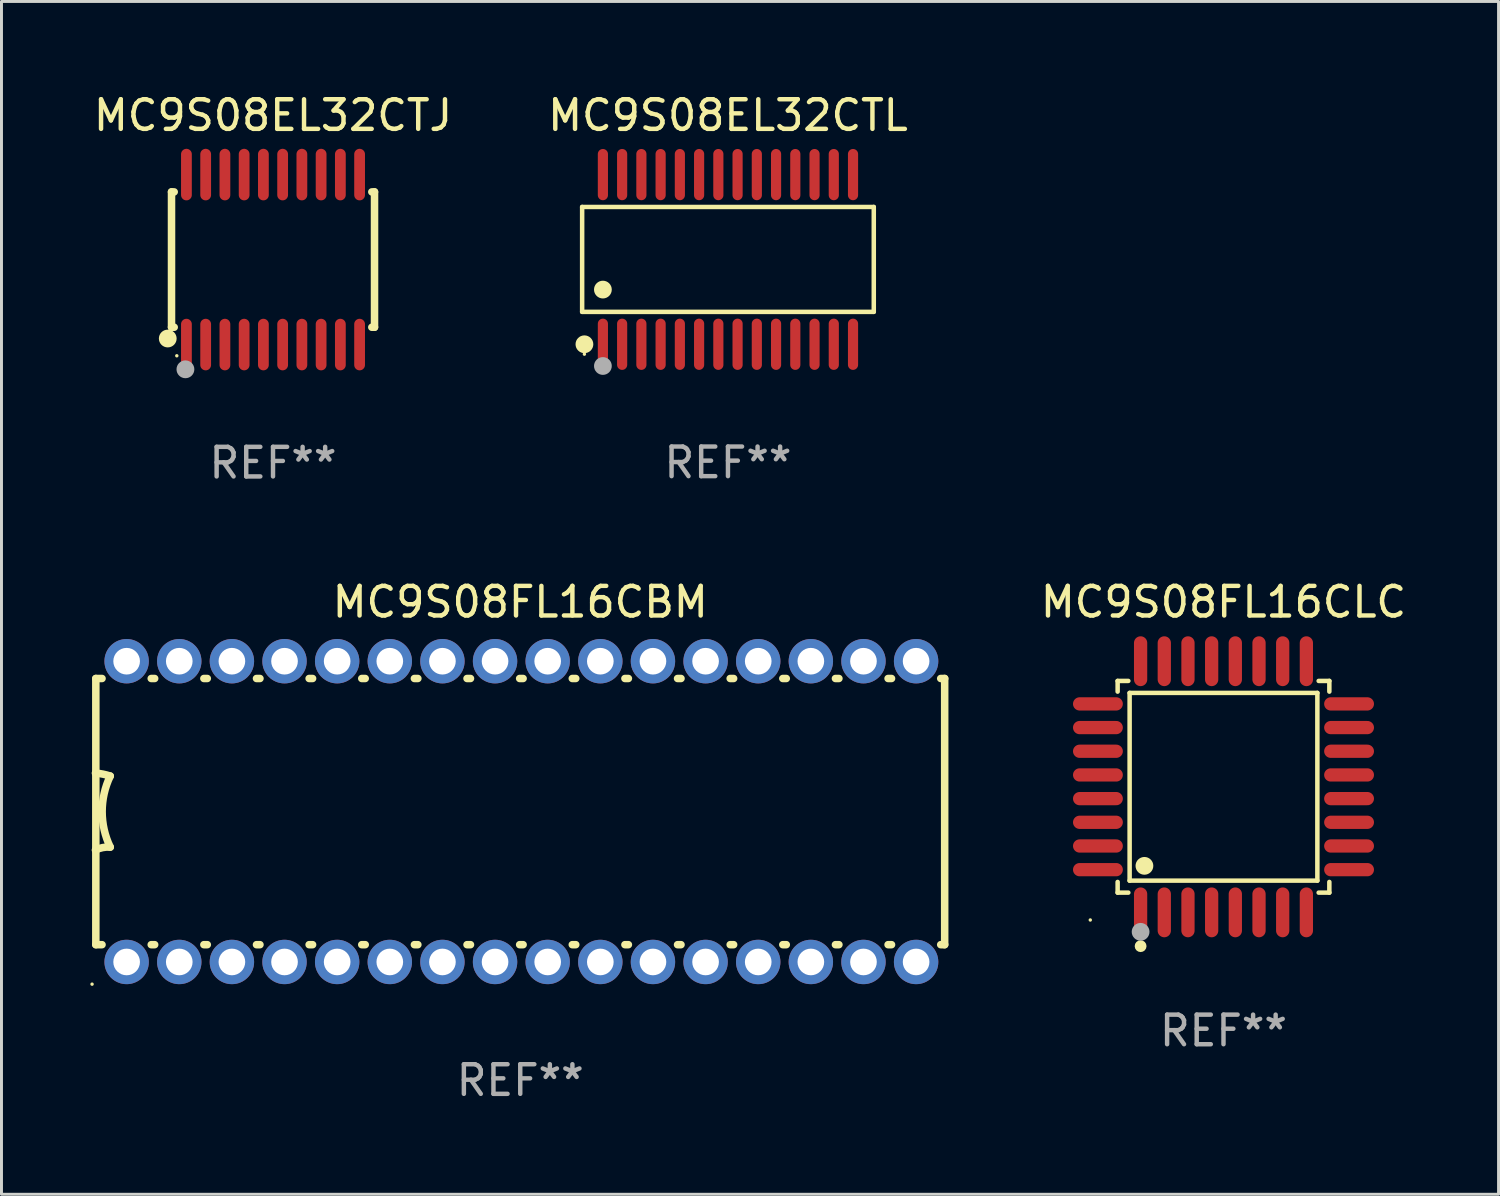
<source format=kicad_pcb>
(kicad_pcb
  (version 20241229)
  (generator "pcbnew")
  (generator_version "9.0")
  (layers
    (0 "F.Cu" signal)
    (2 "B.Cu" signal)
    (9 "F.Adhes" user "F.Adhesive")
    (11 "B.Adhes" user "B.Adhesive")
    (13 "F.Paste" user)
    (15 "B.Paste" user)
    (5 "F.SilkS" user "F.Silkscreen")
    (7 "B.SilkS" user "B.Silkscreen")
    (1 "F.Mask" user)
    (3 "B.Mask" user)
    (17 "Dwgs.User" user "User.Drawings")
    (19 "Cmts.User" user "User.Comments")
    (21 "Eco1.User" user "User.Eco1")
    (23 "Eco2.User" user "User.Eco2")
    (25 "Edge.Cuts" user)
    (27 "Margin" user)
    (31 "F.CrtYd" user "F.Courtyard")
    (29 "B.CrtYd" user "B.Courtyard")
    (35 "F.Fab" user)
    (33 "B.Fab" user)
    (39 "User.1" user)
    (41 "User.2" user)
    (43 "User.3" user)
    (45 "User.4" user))
  (footprint "MC9S08EL32CTJ"
    (layer "F.Cu")
    (at 6.173 5.719)
    (property "Reference" "MC9S08EL32CTJ" (at 0 -4.871 0) (layer "F.SilkS") (effects (font (size 1 1) (thickness 0.15))))
    (attr through_hole)
    (fp_line (start -3.429 -2.286) (end -3.429 2.286) (stroke (width 0.254) (type solid)) (layer "F.SilkS"))
    (fp_line (start -3.429 2.286) (end -3.338 2.286) (stroke (width 0.254) (type solid)) (layer "F.SilkS"))
    (fp_line (start -3.338 -2.286) (end -3.429 -2.286) (stroke (width 0.254) (type solid)) (layer "F.SilkS"))
    (fp_line (start 3.338 -2.286) (end 3.429 -2.286) (stroke (width 0.254) (type solid)) (layer "F.SilkS"))
    (fp_line (start 3.429 -2.286) (end 3.429 2.286) (stroke (width 0.254) (type solid)) (layer "F.SilkS"))
    (fp_line (start 3.429 2.286) (end 3.338 2.286) (stroke (width 0.254) (type solid)) (layer "F.SilkS"))
    (fp_circle (center -3.556 2.667) (end -3.406 2.667) (stroke (width 0.3) (type solid)) (fill no) (layer "F.SilkS"))
    (fp_circle (center -3.25 3.25) (end -3.22 3.25) (stroke (width 0.06) (type solid)) (fill no) (layer "F.SilkS"))
    (fp_circle (center -2.959 3.707) (end -2.808 3.707) (stroke (width 0.3) (type solid)) (fill no) (layer "F.Fab"))
    (fp_text user "REF**" (at 0 6.871 0) (layer "F.Fab") (effects (font (size 1 1) (thickness 0.15))))
    (pad "1" smd oval (at -2.925 2.871) (size 0.364 1.742) (layers "F.Cu" "F.Mask" "F.Paste"))
    (pad "2" smd oval (at -2.275 2.871) (size 0.364 1.742) (layers "F.Cu" "F.Mask" "F.Paste"))
    (pad "3" smd oval (at -1.625 2.871) (size 0.364 1.742) (layers "F.Cu" "F.Mask" "F.Paste"))
    (pad "4" smd oval (at -0.975 2.871) (size 0.364 1.742) (layers "F.Cu" "F.Mask" "F.Paste"))
    (pad "5" smd oval (at -0.325 2.871) (size 0.364 1.742) (layers "F.Cu" "F.Mask" "F.Paste"))
    (pad "6" smd oval (at 0.325 2.871) (size 0.364 1.742) (layers "F.Cu" "F.Mask" "F.Paste"))
    (pad "7" smd oval (at 0.975 2.871) (size 0.364 1.742) (layers "F.Cu" "F.Mask" "F.Paste"))
    (pad "8" smd oval (at 1.625 2.871) (size 0.364 1.742) (layers "F.Cu" "F.Mask" "F.Paste"))
    (pad "9" smd oval (at 2.275 2.871) (size 0.364 1.742) (layers "F.Cu" "F.Mask" "F.Paste"))
    (pad "10" smd oval (at 2.925 2.871) (size 0.364 1.742) (layers "F.Cu" "F.Mask" "F.Paste"))
    (pad "11" smd oval (at 2.925 -2.871) (size 0.364 1.742) (layers "F.Cu" "F.Mask" "F.Paste"))
    (pad "12" smd oval (at 2.275 -2.871) (size 0.364 1.742) (layers "F.Cu" "F.Mask" "F.Paste"))
    (pad "13" smd oval (at 1.625 -2.871) (size 0.364 1.742) (layers "F.Cu" "F.Mask" "F.Paste"))
    (pad "14" smd oval (at 0.975 -2.871) (size 0.364 1.742) (layers "F.Cu" "F.Mask" "F.Paste"))
    (pad "15" smd oval (at 0.325 -2.871) (size 0.364 1.742) (layers "F.Cu" "F.Mask" "F.Paste"))
    (pad "16" smd oval (at -0.325 -2.871) (size 0.364 1.742) (layers "F.Cu" "F.Mask" "F.Paste"))
    (pad "17" smd oval (at -0.975 -2.871) (size 0.364 1.742) (layers "F.Cu" "F.Mask" "F.Paste"))
    (pad "18" smd oval (at -1.625 -2.871) (size 0.364 1.742) (layers "F.Cu" "F.Mask" "F.Paste"))
    (pad "19" smd oval (at -2.275 -2.871) (size 0.364 1.742) (layers "F.Cu" "F.Mask" "F.Paste"))
    (pad "20" smd oval (at -2.925 -2.871) (size 0.364 1.742) (layers "F.Cu" "F.Mask" "F.Paste")))
  (footprint "MC9S08FL16CBM"
    (layer "F.Cu")
    (at 14.525 24.367)
    (property "Reference" "MC9S08FL16CBM" (at 0 -7.08 0) (layer "F.SilkS") (effects (font (size 1 1) (thickness 0.15))))
    (attr through_hole)
    (fp_line (start -14.338 -4.496) (end -14.128 -4.496) (stroke (width 0.254) (type solid)) (layer "F.SilkS"))
    (fp_line (start -14.338 -1.295) (end -14.338 -4.496) (stroke (width 0.254) (type solid)) (layer "F.SilkS"))
    (fp_line (start -14.338 1.295) (end -14.338 -1.295) (stroke (width 0.254) (type solid)) (layer "F.SilkS"))
    (fp_line (start -14.338 4.496) (end -14.338 1.295) (stroke (width 0.254) (type solid)) (layer "F.SilkS"))
    (fp_line (start -14.338 4.496) (end -14.128 4.496) (stroke (width 0.254) (type solid)) (layer "F.SilkS"))
    (fp_line (start -12.466 -4.496) (end -12.35 -4.496) (stroke (width 0.254) (type solid)) (layer "F.SilkS"))
    (fp_line (start -12.466 4.496) (end -12.35 4.496) (stroke (width 0.254) (type solid)) (layer "F.SilkS"))
    (fp_line (start -10.688 -4.496) (end -10.572 -4.496) (stroke (width 0.254) (type solid)) (layer "F.SilkS"))
    (fp_line (start -10.688 4.496) (end -10.572 4.496) (stroke (width 0.254) (type solid)) (layer "F.SilkS"))
    (fp_line (start -8.91 -4.496) (end -8.793 -4.496) (stroke (width 0.254) (type solid)) (layer "F.SilkS"))
    (fp_line (start -8.91 4.496) (end -8.793 4.496) (stroke (width 0.254) (type solid)) (layer "F.SilkS"))
    (fp_line (start -7.132 -4.496) (end -7.015 -4.496) (stroke (width 0.254) (type solid)) (layer "F.SilkS"))
    (fp_line (start -7.132 4.496) (end -7.015 4.496) (stroke (width 0.254) (type solid)) (layer "F.SilkS"))
    (fp_line (start -5.354 -4.496) (end -5.237 -4.496) (stroke (width 0.254) (type solid)) (layer "F.SilkS"))
    (fp_line (start -5.354 4.496) (end -5.237 4.496) (stroke (width 0.254) (type solid)) (layer "F.SilkS"))
    (fp_line (start -3.576 -4.496) (end -3.459 -4.496) (stroke (width 0.254) (type solid)) (layer "F.SilkS"))
    (fp_line (start -3.576 4.496) (end -3.459 4.496) (stroke (width 0.254) (type solid)) (layer "F.SilkS"))
    (fp_line (start -1.798 -4.496) (end -1.681 -4.496) (stroke (width 0.254) (type solid)) (layer "F.SilkS"))
    (fp_line (start -1.798 4.496) (end -1.681 4.496) (stroke (width 0.254) (type solid)) (layer "F.SilkS"))
    (fp_line (start -0.02 -4.496) (end 0.097 -4.496) (stroke (width 0.254) (type solid)) (layer "F.SilkS"))
    (fp_line (start -0.02 4.496) (end 0.097 4.496) (stroke (width 0.254) (type solid)) (layer "F.SilkS"))
    (fp_line (start 1.758 -4.496) (end 1.875 -4.496) (stroke (width 0.254) (type solid)) (layer "F.SilkS"))
    (fp_line (start 1.758 4.496) (end 1.875 4.496) (stroke (width 0.254) (type solid)) (layer "F.SilkS"))
    (fp_line (start 3.536 -4.496) (end 3.653 -4.496) (stroke (width 0.254) (type solid)) (layer "F.SilkS"))
    (fp_line (start 3.536 4.496) (end 3.653 4.496) (stroke (width 0.254) (type solid)) (layer "F.SilkS"))
    (fp_line (start 5.314 -4.496) (end 5.431 -4.496) (stroke (width 0.254) (type solid)) (layer "F.SilkS"))
    (fp_line (start 5.314 4.496) (end 5.431 4.496) (stroke (width 0.254) (type solid)) (layer "F.SilkS"))
    (fp_line (start 7.092 -4.496) (end 7.209 -4.496) (stroke (width 0.254) (type solid)) (layer "F.SilkS"))
    (fp_line (start 7.092 4.496) (end 7.209 4.496) (stroke (width 0.254) (type solid)) (layer "F.SilkS"))
    (fp_line (start 8.87 -4.496) (end 8.987 -4.496) (stroke (width 0.254) (type solid)) (layer "F.SilkS"))
    (fp_line (start 8.87 4.496) (end 8.987 4.496) (stroke (width 0.254) (type solid)) (layer "F.SilkS"))
    (fp_line (start 10.648 -4.496) (end 10.765 -4.496) (stroke (width 0.254) (type solid)) (layer "F.SilkS"))
    (fp_line (start 10.648 4.496) (end 10.765 4.496) (stroke (width 0.254) (type solid)) (layer "F.SilkS"))
    (fp_line (start 12.426 -4.496) (end 12.543 -4.496) (stroke (width 0.254) (type solid)) (layer "F.SilkS"))
    (fp_line (start 12.426 4.496) (end 12.543 4.496) (stroke (width 0.254) (type solid)) (layer "F.SilkS"))
    (fp_line (start 14.204 -4.496) (end 14.338 -4.496) (stroke (width 0.254) (type solid)) (layer "F.SilkS"))
    (fp_line (start 14.204 4.496) (end 14.338 4.496) (stroke (width 0.254) (type solid)) (layer "F.SilkS"))
    (fp_line (start 14.338 -4.496) (end 14.338 4.496) (stroke (width 0.254) (type solid)) (layer "F.SilkS"))
    (fp_arc (start -14.350902 -1.3) (mid -14.09779 -1.26556) (end -13.850902 -1.2) (stroke (width 0.254001) (type solid)) (layer "F.SilkS"))
    (fp_arc (start -14.350902 1.3) (mid -14.107595 1.216535) (end -13.850902 1.2) (stroke (width 0.254001) (type solid)) (layer "F.SilkS"))
    (fp_arc (start -13.850902 1.2) (mid -14.123939 0) (end -13.850902 -1.2) (stroke (width 0.254001) (type solid)) (layer "F.SilkS"))
    (fp_circle (center -14.465 5.83) (end -14.435 5.83) (stroke (width 0.06) (type solid)) (fill no) (layer "F.SilkS"))
    (fp_text user "REF**" (at 0 9.08 0) (layer "F.Fab") (effects (font (size 1 1) (thickness 0.15))))
    (pad "1" thru_hole circle (at -13.297 5.08) (size 1.5 1.5) (drill 0.9) (layers "*.Cu" "*.Mask"))
    (pad "2" thru_hole circle (at -11.519 5.08) (size 1.5 1.5) (drill 0.9) (layers "*.Cu" "*.Mask"))
    (pad "3" thru_hole circle (at -9.741 5.08) (size 1.5 1.5) (drill 0.9) (layers "*.Cu" "*.Mask"))
    (pad "4" thru_hole circle (at -7.963 5.08) (size 1.5 1.5) (drill 0.9) (layers "*.Cu" "*.Mask"))
    (pad "5" thru_hole circle (at -6.185 5.08) (size 1.5 1.5) (drill 0.9) (layers "*.Cu" "*.Mask"))
    (pad "6" thru_hole circle (at -4.407 5.08) (size 1.5 1.5) (drill 0.9) (layers "*.Cu" "*.Mask"))
    (pad "7" thru_hole circle (at -2.629 5.08) (size 1.5 1.5) (drill 0.9) (layers "*.Cu" "*.Mask"))
    (pad "8" thru_hole circle (at -0.851 5.08) (size 1.5 1.5) (drill 0.9) (layers "*.Cu" "*.Mask"))
    (pad "9" thru_hole circle (at 0.927 5.08) (size 1.5 1.5) (drill 0.9) (layers "*.Cu" "*.Mask"))
    (pad "10" thru_hole circle (at 2.705 5.08) (size 1.5 1.5) (drill 0.9) (layers "*.Cu" "*.Mask"))
    (pad "11" thru_hole circle (at 4.483 5.08) (size 1.5 1.5) (drill 0.9) (layers "*.Cu" "*.Mask"))
    (pad "12" thru_hole circle (at 6.261 5.08) (size 1.5 1.5) (drill 0.9) (layers "*.Cu" "*.Mask"))
    (pad "13" thru_hole circle (at 8.039 5.08) (size 1.5 1.5) (drill 0.9) (layers "*.Cu" "*.Mask"))
    (pad "14" thru_hole circle (at 9.817 5.08) (size 1.5 1.5) (drill 0.9) (layers "*.Cu" "*.Mask"))
    (pad "15" thru_hole circle (at 11.595 5.08) (size 1.5 1.5) (drill 0.9) (layers "*.Cu" "*.Mask"))
    (pad "16" thru_hole circle (at 13.373 5.08) (size 1.5 1.5) (drill 0.9) (layers "*.Cu" "*.Mask"))
    (pad "17" thru_hole circle (at 13.373 -5.08) (size 1.5 1.5) (drill 0.9) (layers "*.Cu" "*.Mask"))
    (pad "18" thru_hole circle (at 11.595 -5.08) (size 1.5 1.5) (drill 0.9) (layers "*.Cu" "*.Mask"))
    (pad "19" thru_hole circle (at 9.817 -5.08) (size 1.5 1.5) (drill 0.9) (layers "*.Cu" "*.Mask"))
    (pad "20" thru_hole circle (at 8.039 -5.08) (size 1.5 1.5) (drill 0.9) (layers "*.Cu" "*.Mask"))
    (pad "21" thru_hole circle (at 6.261 -5.08) (size 1.5 1.5) (drill 0.9) (layers "*.Cu" "*.Mask"))
    (pad "22" thru_hole circle (at 4.483 -5.08) (size 1.5 1.5) (drill 0.9) (layers "*.Cu" "*.Mask"))
    (pad "23" thru_hole circle (at 2.705 -5.08) (size 1.5 1.5) (drill 0.9) (layers "*.Cu" "*.Mask"))
    (pad "24" thru_hole circle (at 0.927 -5.08) (size 1.5 1.5) (drill 0.9) (layers "*.Cu" "*.Mask"))
    (pad "25" thru_hole circle (at -0.851 -5.08) (size 1.5 1.5) (drill 0.9) (layers "*.Cu" "*.Mask"))
    (pad "26" thru_hole circle (at -2.629 -5.08) (size 1.5 1.5) (drill 0.9) (layers "*.Cu" "*.Mask"))
    (pad "27" thru_hole circle (at -4.407 -5.08) (size 1.5 1.5) (drill 0.9) (layers "*.Cu" "*.Mask"))
    (pad "28" thru_hole circle (at -6.185 -5.08) (size 1.5 1.5) (drill 0.9) (layers "*.Cu" "*.Mask"))
    (pad "29" thru_hole circle (at -7.963 -5.08) (size 1.5 1.5) (drill 0.9) (layers "*.Cu" "*.Mask"))
    (pad "30" thru_hole circle (at -9.741 -5.08) (size 1.5 1.5) (drill 0.9) (layers "*.Cu" "*.Mask"))
    (pad "31" thru_hole circle (at -11.519 -5.08) (size 1.5 1.5) (drill 0.9) (layers "*.Cu" "*.Mask"))
    (pad "32" thru_hole circle (at -13.297 -5.08) (size 1.5 1.5) (drill 0.9) (layers "*.Cu" "*.Mask")))
  (footprint "MC9S08FL16CLC"
    (layer "F.Cu")
    (at 38.282 23.529)
    (property "Reference" "MC9S08FL16CLC" (at 0 -6.242 0) (layer "F.SilkS") (effects (font (size 1 1) (thickness 0.15))))
    (attr through_hole)
    (fp_line (start -3.576 -3.576) (end -3.215 -3.576) (stroke (width 0.152) (type solid)) (layer "F.SilkS"))
    (fp_line (start -3.576 -3.215) (end -3.576 -3.576) (stroke (width 0.152) (type solid)) (layer "F.SilkS"))
    (fp_line (start -3.576 3.215) (end -3.576 3.576) (stroke (width 0.152) (type solid)) (layer "F.SilkS"))
    (fp_line (start -3.576 3.576) (end -3.215 3.576) (stroke (width 0.152) (type solid)) (layer "F.SilkS"))
    (fp_line (start -3.171 -3.171) (end 3.171 -3.171) (stroke (width 0.152) (type solid)) (layer "F.SilkS"))
    (fp_line (start -3.171 3.171) (end -3.171 -3.171) (stroke (width 0.152) (type solid)) (layer "F.SilkS"))
    (fp_line (start 3.171 -3.171) (end 3.171 3.171) (stroke (width 0.152) (type solid)) (layer "F.SilkS"))
    (fp_line (start 3.171 3.171) (end -3.171 3.171) (stroke (width 0.152) (type solid)) (layer "F.SilkS"))
    (fp_line (start 3.576 -3.576) (end 3.215 -3.576) (stroke (width 0.152) (type solid)) (layer "F.SilkS"))
    (fp_line (start 3.576 -3.215) (end 3.576 -3.576) (stroke (width 0.152) (type solid)) (layer "F.SilkS"))
    (fp_line (start 3.576 3.215) (end 3.576 3.576) (stroke (width 0.152) (type solid)) (layer "F.SilkS"))
    (fp_line (start 3.576 3.576) (end 3.215 3.576) (stroke (width 0.152) (type solid)) (layer "F.SilkS"))
    (fp_circle (center -4.5 4.5) (end -4.47 4.5) (stroke (width 0.06) (type solid)) (fill no) (layer "F.SilkS"))
    (fp_circle (center -2.8 5.384) (end -2.7 5.384) (stroke (width 0.2) (type solid)) (fill no) (layer "F.SilkS"))
    (fp_circle (center -2.671 2.671) (end -2.521 2.671) (stroke (width 0.3) (type solid)) (fill no) (layer "F.SilkS"))
    (fp_circle (center -2.8 4.9) (end -2.65 4.9) (stroke (width 0.3) (type solid)) (fill no) (layer "F.Fab"))
    (fp_text user "REF**" (at 0 8.242 0) (layer "F.Fab") (effects (font (size 1 1) (thickness 0.15))))
    (pad "1" smd oval (at -2.8 4.242) (size 0.448 1.684) (layers "F.Cu" "F.Mask" "F.Paste"))
    (pad "2" smd oval (at -2 4.242) (size 0.448 1.684) (layers "F.Cu" "F.Mask" "F.Paste"))
    (pad "3" smd oval (at -1.2 4.242) (size 0.448 1.684) (layers "F.Cu" "F.Mask" "F.Paste"))
    (pad "4" smd oval (at -0.4 4.242) (size 0.448 1.684) (layers "F.Cu" "F.Mask" "F.Paste"))
    (pad "5" smd oval (at 0.4 4.242) (size 0.448 1.684) (layers "F.Cu" "F.Mask" "F.Paste"))
    (pad "6" smd oval (at 1.2 4.242) (size 0.448 1.684) (layers "F.Cu" "F.Mask" "F.Paste"))
    (pad "7" smd oval (at 2 4.242) (size 0.448 1.684) (layers "F.Cu" "F.Mask" "F.Paste"))
    (pad "8" smd oval (at 2.8 4.242) (size 0.448 1.684) (layers "F.Cu" "F.Mask" "F.Paste"))
    (pad "9" smd oval (at 4.242 2.8) (size 1.684 0.448) (layers "F.Cu" "F.Mask" "F.Paste"))
    (pad "10" smd oval (at 4.242 2) (size 1.684 0.448) (layers "F.Cu" "F.Mask" "F.Paste"))
    (pad "11" smd oval (at 4.242 1.2) (size 1.684 0.448) (layers "F.Cu" "F.Mask" "F.Paste"))
    (pad "12" smd oval (at 4.242 0.4) (size 1.684 0.448) (layers "F.Cu" "F.Mask" "F.Paste"))
    (pad "13" smd oval (at 4.242 -0.4) (size 1.684 0.448) (layers "F.Cu" "F.Mask" "F.Paste"))
    (pad "14" smd oval (at 4.242 -1.2) (size 1.684 0.448) (layers "F.Cu" "F.Mask" "F.Paste"))
    (pad "15" smd oval (at 4.242 -2) (size 1.684 0.448) (layers "F.Cu" "F.Mask" "F.Paste"))
    (pad "16" smd oval (at 4.242 -2.8) (size 1.684 0.448) (layers "F.Cu" "F.Mask" "F.Paste"))
    (pad "17" smd oval (at 2.8 -4.242) (size 0.448 1.684) (layers "F.Cu" "F.Mask" "F.Paste"))
    (pad "18" smd oval (at 2 -4.242) (size 0.448 1.684) (layers "F.Cu" "F.Mask" "F.Paste"))
    (pad "19" smd oval (at 1.2 -4.242) (size 0.448 1.684) (layers "F.Cu" "F.Mask" "F.Paste"))
    (pad "20" smd oval (at 0.4 -4.242) (size 0.448 1.684) (layers "F.Cu" "F.Mask" "F.Paste"))
    (pad "21" smd oval (at -0.4 -4.242) (size 0.448 1.684) (layers "F.Cu" "F.Mask" "F.Paste"))
    (pad "22" smd oval (at -1.2 -4.242) (size 0.448 1.684) (layers "F.Cu" "F.Mask" "F.Paste"))
    (pad "23" smd oval (at -2 -4.242) (size 0.448 1.684) (layers "F.Cu" "F.Mask" "F.Paste"))
    (pad "24" smd oval (at -2.8 -4.242) (size 0.448 1.684) (layers "F.Cu" "F.Mask" "F.Paste"))
    (pad "25" smd oval (at -4.242 -2.8) (size 1.684 0.448) (layers "F.Cu" "F.Mask" "F.Paste"))
    (pad "26" smd oval (at -4.242 -2) (size 1.684 0.448) (layers "F.Cu" "F.Mask" "F.Paste"))
    (pad "27" smd oval (at -4.242 -1.2) (size 1.684 0.448) (layers "F.Cu" "F.Mask" "F.Paste"))
    (pad "28" smd oval (at -4.242 -0.4) (size 1.684 0.448) (layers "F.Cu" "F.Mask" "F.Paste"))
    (pad "29" smd oval (at -4.242 0.4) (size 1.684 0.448) (layers "F.Cu" "F.Mask" "F.Paste"))
    (pad "30" smd oval (at -4.242 1.2) (size 1.684 0.448) (layers "F.Cu" "F.Mask" "F.Paste"))
    (pad "31" smd oval (at -4.242 2) (size 1.684 0.448) (layers "F.Cu" "F.Mask" "F.Paste"))
    (pad "32" smd oval (at -4.242 2.8) (size 1.684 0.448) (layers "F.Cu" "F.Mask" "F.Paste")))
  (footprint "MC9S08EL32CTL"
    (layer "F.Cu")
    (at 21.542 5.714)
    (property "Reference" "MC9S08EL32CTL" (at 0 -4.866 0) (layer "F.SilkS") (effects (font (size 1 1) (thickness 0.15))))
    (attr through_hole)
    (fp_line (start -4.926 -1.772) (end 4.926 -1.772) (stroke (width 0.152) (type solid)) (layer "F.SilkS"))
    (fp_line (start -4.926 1.771) (end -4.926 -1.772) (stroke (width 0.152) (type solid)) (layer "F.SilkS"))
    (fp_line (start 4.926 -1.772) (end 4.926 1.771) (stroke (width 0.152) (type solid)) (layer "F.SilkS"))
    (fp_line (start 4.926 1.771) (end -4.926 1.771) (stroke (width 0.152) (type solid)) (layer "F.SilkS"))
    (fp_circle (center -4.85 3.2) (end -4.82 3.2) (stroke (width 0.06) (type solid)) (fill no) (layer "F.SilkS"))
    (fp_circle (center -4.849 2.866) (end -4.699 2.866) (stroke (width 0.3) (type solid)) (fill no) (layer "F.SilkS"))
    (fp_circle (center -4.225 1.019) (end -4.075 1.019) (stroke (width 0.3) (type solid)) (fill no) (layer "F.SilkS"))
    (fp_circle (center -4.225 3.6) (end -4.075 3.6) (stroke (width 0.3) (type solid)) (fill no) (layer "F.Fab"))
    (fp_text user "REF**" (at 0 6.866 0) (layer "F.Fab") (effects (font (size 1 1) (thickness 0.15))))
    (pad "1" smd oval (at -4.225 2.866) (size 0.343 1.731) (layers "F.Cu" "F.Mask" "F.Paste"))
    (pad "2" smd oval (at -3.575 2.866) (size 0.343 1.731) (layers "F.Cu" "F.Mask" "F.Paste"))
    (pad "3" smd oval (at -2.925 2.866) (size 0.343 1.731) (layers "F.Cu" "F.Mask" "F.Paste"))
    (pad "4" smd oval (at -2.275 2.866) (size 0.343 1.731) (layers "F.Cu" "F.Mask" "F.Paste"))
    (pad "5" smd oval (at -1.625 2.866) (size 0.343 1.731) (layers "F.Cu" "F.Mask" "F.Paste"))
    (pad "6" smd oval (at -0.975 2.866) (size 0.343 1.731) (layers "F.Cu" "F.Mask" "F.Paste"))
    (pad "7" smd oval (at -0.325 2.866) (size 0.343 1.731) (layers "F.Cu" "F.Mask" "F.Paste"))
    (pad "8" smd oval (at 0.325 2.866) (size 0.343 1.731) (layers "F.Cu" "F.Mask" "F.Paste"))
    (pad "9" smd oval (at 0.975 2.866) (size 0.343 1.731) (layers "F.Cu" "F.Mask" "F.Paste"))
    (pad "10" smd oval (at 1.625 2.866) (size 0.343 1.731) (layers "F.Cu" "F.Mask" "F.Paste"))
    (pad "11" smd oval (at 2.275 2.866) (size 0.343 1.731) (layers "F.Cu" "F.Mask" "F.Paste"))
    (pad "12" smd oval (at 2.925 2.866) (size 0.343 1.731) (layers "F.Cu" "F.Mask" "F.Paste"))
    (pad "13" smd oval (at 3.575 2.866) (size 0.343 1.731) (layers "F.Cu" "F.Mask" "F.Paste"))
    (pad "14" smd oval (at 4.225 2.866) (size 0.343 1.731) (layers "F.Cu" "F.Mask" "F.Paste"))
    (pad "15" smd oval (at 4.225 -2.866) (size 0.343 1.731) (layers "F.Cu" "F.Mask" "F.Paste"))
    (pad "16" smd oval (at 3.575 -2.866) (size 0.343 1.731) (layers "F.Cu" "F.Mask" "F.Paste"))
    (pad "17" smd oval (at 2.925 -2.866) (size 0.343 1.731) (layers "F.Cu" "F.Mask" "F.Paste"))
    (pad "18" smd oval (at 2.275 -2.866) (size 0.343 1.731) (layers "F.Cu" "F.Mask" "F.Paste"))
    (pad "19" smd oval (at 1.625 -2.866) (size 0.343 1.731) (layers "F.Cu" "F.Mask" "F.Paste"))
    (pad "20" smd oval (at 0.975 -2.866) (size 0.343 1.731) (layers "F.Cu" "F.Mask" "F.Paste"))
    (pad "21" smd oval (at 0.325 -2.866) (size 0.343 1.731) (layers "F.Cu" "F.Mask" "F.Paste"))
    (pad "22" smd oval (at -0.325 -2.866) (size 0.343 1.731) (layers "F.Cu" "F.Mask" "F.Paste"))
    (pad "23" smd oval (at -0.975 -2.866) (size 0.343 1.731) (layers "F.Cu" "F.Mask" "F.Paste"))
    (pad "24" smd oval (at -1.625 -2.866) (size 0.343 1.731) (layers "F.Cu" "F.Mask" "F.Paste"))
    (pad "25" smd oval (at -2.275 -2.866) (size 0.343 1.731) (layers "F.Cu" "F.Mask" "F.Paste"))
    (pad "26" smd oval (at -2.925 -2.866) (size 0.343 1.731) (layers "F.Cu" "F.Mask" "F.Paste"))
    (pad "27" smd oval (at -3.575 -2.866) (size 0.343 1.731) (layers "F.Cu" "F.Mask" "F.Paste"))
    (pad "28" smd oval (at -4.225 -2.866) (size 0.343 1.731) (layers "F.Cu" "F.Mask" "F.Paste")))
  (gr_rect
    (start -3 -3)
    (end 47.574 37.295)
    (stroke (width 0.1) (type default))
    (fill no)
    (layer "Edge.Cuts")))
</source>
